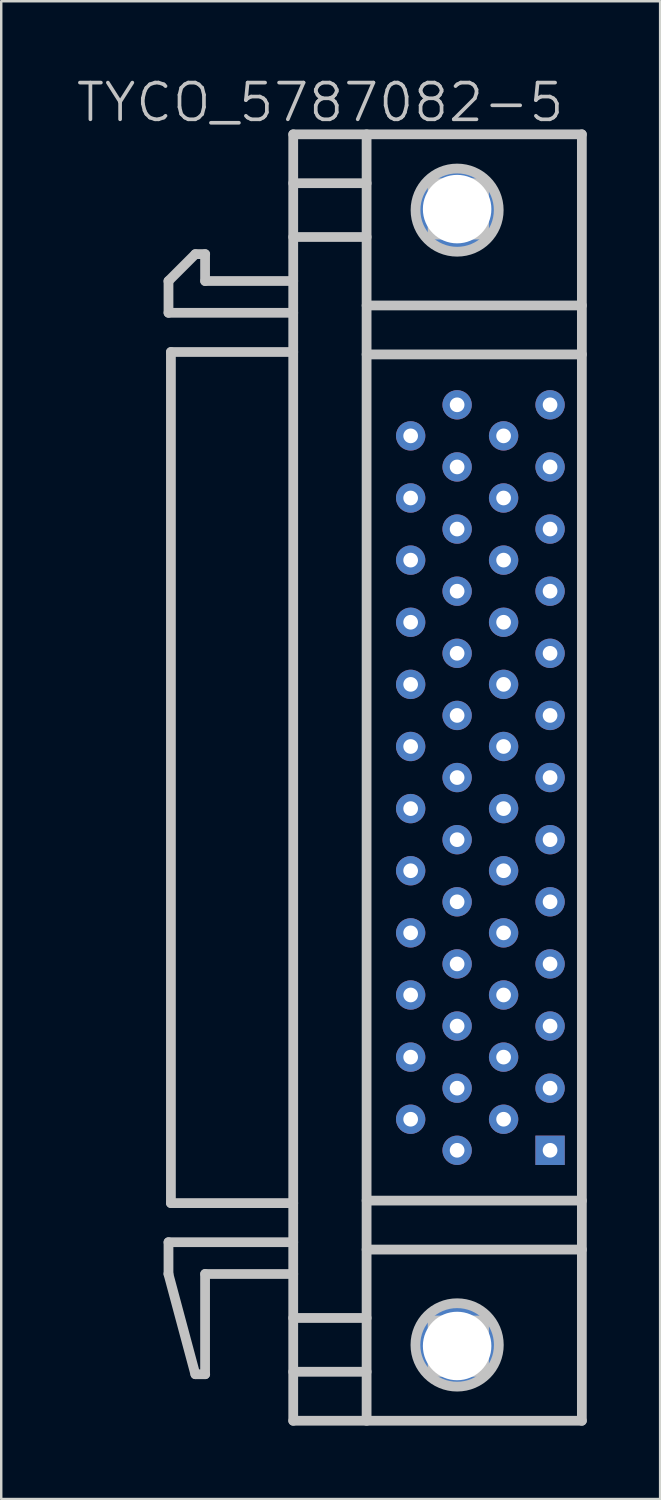
<source format=kicad_pcb>
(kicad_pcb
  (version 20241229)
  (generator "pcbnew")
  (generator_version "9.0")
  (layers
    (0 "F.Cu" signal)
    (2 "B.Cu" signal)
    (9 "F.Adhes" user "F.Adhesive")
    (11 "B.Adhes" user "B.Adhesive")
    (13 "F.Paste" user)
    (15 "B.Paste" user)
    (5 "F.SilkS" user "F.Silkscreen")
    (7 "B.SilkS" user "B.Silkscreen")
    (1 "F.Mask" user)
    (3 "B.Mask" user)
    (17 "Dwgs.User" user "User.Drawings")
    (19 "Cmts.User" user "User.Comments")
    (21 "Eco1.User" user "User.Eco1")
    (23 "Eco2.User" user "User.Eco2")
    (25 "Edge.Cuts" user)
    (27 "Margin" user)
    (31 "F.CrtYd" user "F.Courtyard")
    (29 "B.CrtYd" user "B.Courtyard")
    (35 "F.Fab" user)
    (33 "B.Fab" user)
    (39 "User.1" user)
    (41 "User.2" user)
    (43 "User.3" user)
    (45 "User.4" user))
  (footprint "TYCO_5787082-5"
    (layer "F.Cu")
    (at 10.039 28.741)
    (property "Reference" "TYCO_5787082-5" (at 0 -27.6 180) (layer "Dwgs.User") (effects (font (size 1.5 1.5) (thickness 0.15))))
    (attr through_hole)
    (fp_line (start -6.203 -20.3) (end -5.103 -21.399) (stroke (width 0.399) (type solid)) (layer "Dwgs.User"))
    (fp_line (start -6.203 20.295) (end -5.103 24.394) (stroke (width 0.399) (type solid)) (layer "Dwgs.User"))
    (fp_line (start -6.2 -20.302) (end -6.2 -19.002) (stroke (width 0.399) (type solid)) (layer "Dwgs.User"))
    (fp_line (start -6.2 -19.002) (end -1.1 -19.002) (stroke (width 0.399) (type solid)) (layer "Dwgs.User"))
    (fp_line (start -6.2 18.997) (end -1.1 18.997) (stroke (width 0.399) (type solid)) (layer "Dwgs.User"))
    (fp_line (start -6.2 20.297) (end -6.2 18.997) (stroke (width 0.399) (type solid)) (layer "Dwgs.User"))
    (fp_line (start -6.101 -17.399) (end -6.101 17.399) (stroke (width 0.399) (type solid)) (layer "Dwgs.User"))
    (fp_line (start -6.101 -17.399) (end -1.1 -17.399) (stroke (width 0.399) (type solid)) (layer "Dwgs.User"))
    (fp_line (start -6.101 17.399) (end -1.1 17.399) (stroke (width 0.399) (type solid)) (layer "Dwgs.User"))
    (fp_line (start -4.704 -21.399) (end -4.704 -20.3) (stroke (width 0.399) (type solid)) (layer "Dwgs.User"))
    (fp_line (start -4.704 24.394) (end -4.704 20.295) (stroke (width 0.399) (type solid)) (layer "Dwgs.User"))
    (fp_line (start -4.699 -21.402) (end -5.1 -21.402) (stroke (width 0.399) (type solid)) (layer "Dwgs.User"))
    (fp_line (start -4.699 -20.302) (end -1.1 -20.302) (stroke (width 0.399) (type solid)) (layer "Dwgs.User"))
    (fp_line (start -4.699 20.297) (end -1.1 20.297) (stroke (width 0.399) (type solid)) (layer "Dwgs.User"))
    (fp_line (start -4.699 24.397) (end -5.1 24.397) (stroke (width 0.399) (type solid)) (layer "Dwgs.User"))
    (fp_line (start -1.1 -22.101) (end 1.9 -22.101) (stroke (width 0.399) (type solid)) (layer "Dwgs.User"))
    (fp_line (start -1.1 26.297) (end 10.701 26.297) (stroke (width 0.399) (type solid)) (layer "Dwgs.User"))
    (fp_line (start -1.1 26.299) (end -1.1 -26.299) (stroke (width 0.399) (type solid)) (layer "Dwgs.User"))
    (fp_line (start 1.9 -26.299) (end 1.9 26.299) (stroke (width 0.399) (type solid)) (layer "Dwgs.User"))
    (fp_line (start 1.9 -24.3) (end -1.1 -24.3) (stroke (width 0.399) (type solid)) (layer "Dwgs.User"))
    (fp_line (start 1.9 -19.301) (end 10.701 -19.301) (stroke (width 0.399) (type solid)) (layer "Dwgs.User"))
    (fp_line (start 1.9 19.299) (end 10.701 19.299) (stroke (width 0.399) (type solid)) (layer "Dwgs.User"))
    (fp_line (start 1.9 22.095) (end -1.1 22.095) (stroke (width 0.399) (type solid)) (layer "Dwgs.User"))
    (fp_line (start 1.9 24.295) (end -1.1 24.295) (stroke (width 0.399) (type solid)) (layer "Dwgs.User"))
    (fp_line (start 4.6 -24.3) (end 6.701 -24.3) (stroke (width 0.399) (type solid)) (layer "Dwgs.User"))
    (fp_line (start 4.6 -22.2) (end 4.6 -24.3) (stroke (width 0.399) (type solid)) (layer "Dwgs.User"))
    (fp_line (start 4.6 22.197) (end 4.6 24.298) (stroke (width 0.399) (type solid)) (layer "Dwgs.User"))
    (fp_line (start 4.6 24.298) (end 6.701 24.298) (stroke (width 0.399) (type solid)) (layer "Dwgs.User"))
    (fp_line (start 6.701 -24.3) (end 6.701 -22.2) (stroke (width 0.399) (type solid)) (layer "Dwgs.User"))
    (fp_line (start 6.701 -22.2) (end 4.6 -22.2) (stroke (width 0.399) (type solid)) (layer "Dwgs.User"))
    (fp_line (start 6.701 22.197) (end 4.6 22.197) (stroke (width 0.399) (type solid)) (layer "Dwgs.User"))
    (fp_line (start 6.701 24.298) (end 6.701 22.197) (stroke (width 0.399) (type solid)) (layer "Dwgs.User"))
    (fp_line (start 10.701 -26.299) (end -1.1 -26.299) (stroke (width 0.399) (type solid)) (layer "Dwgs.User"))
    (fp_line (start 10.701 -17.3) (end 1.9 -17.3) (stroke (width 0.399) (type solid)) (layer "Dwgs.User"))
    (fp_line (start 10.701 17.297) (end 1.9 17.297) (stroke (width 0.399) (type solid)) (layer "Dwgs.User"))
    (fp_line (start 10.701 26.299) (end 10.701 -26.299) (stroke (width 0.399) (type solid)) (layer "Dwgs.User"))
    (fp_circle (center 5.601 -23.2) (end 6.401 -24.701) (stroke (width 0.399) (type solid)) (fill no) (layer "Dwgs.User"))
    (fp_circle (center 5.601 23.198) (end 5.499 24.9) (stroke (width 0.399) (type solid)) (fill no) (layer "Dwgs.User"))
    (pad "" thru_hole circle (at 5.601 -23.241 270) (size 3.4 3.4) (drill 2.8) (layers "*.Cu" "*.Mask"))
    (pad "" thru_hole circle (at 5.601 23.241 270) (size 3.4 3.4) (drill 2.8) (layers "*.Cu" "*.Mask"))
    (pad "1" thru_hole rect (at 9.401 15.24) (size 1.2 1.2) (drill 0.6) (layers "*.Cu" "*.Mask"))
    (pad "2" thru_hole circle (at 7.501 13.97 270) (size 1.2 1.2) (drill 0.6) (layers "*.Cu" "*.Mask"))
    (pad "3" thru_hole circle (at 9.401 12.7 270) (size 1.2 1.2) (drill 0.6) (layers "*.Cu" "*.Mask"))
    (pad "4" thru_hole circle (at 7.501 11.43 270) (size 1.2 1.2) (drill 0.6) (layers "*.Cu" "*.Mask"))
    (pad "5" thru_hole circle (at 9.401 10.16 270) (size 1.2 1.2) (drill 0.6) (layers "*.Cu" "*.Mask"))
    (pad "6" thru_hole circle (at 7.501 8.89 270) (size 1.2 1.2) (drill 0.6) (layers "*.Cu" "*.Mask"))
    (pad "7" thru_hole circle (at 9.401 7.62 270) (size 1.2 1.2) (drill 0.6) (layers "*.Cu" "*.Mask"))
    (pad "8" thru_hole circle (at 7.501 6.35 270) (size 1.2 1.2) (drill 0.6) (layers "*.Cu" "*.Mask"))
    (pad "9" thru_hole circle (at 9.401 5.08 270) (size 1.2 1.2) (drill 0.6) (layers "*.Cu" "*.Mask"))
    (pad "10" thru_hole circle (at 7.501 3.81 270) (size 1.2 1.2) (drill 0.6) (layers "*.Cu" "*.Mask"))
    (pad "11" thru_hole circle (at 9.401 2.54 270) (size 1.2 1.2) (drill 0.6) (layers "*.Cu" "*.Mask"))
    (pad "12" thru_hole circle (at 7.501 1.27 270) (size 1.2 1.2) (drill 0.6) (layers "*.Cu" "*.Mask"))
    (pad "13" thru_hole circle (at 9.401 0 270) (size 1.2 1.2) (drill 0.6) (layers "*.Cu" "*.Mask"))
    (pad "14" thru_hole circle (at 7.501 -1.27 270) (size 1.2 1.2) (drill 0.6) (layers "*.Cu" "*.Mask"))
    (pad "15" thru_hole circle (at 9.401 -2.54 270) (size 1.2 1.2) (drill 0.6) (layers "*.Cu" "*.Mask"))
    (pad "16" thru_hole circle (at 7.501 -3.81 270) (size 1.2 1.2) (drill 0.6) (layers "*.Cu" "*.Mask"))
    (pad "17" thru_hole circle (at 9.401 -5.08 270) (size 1.2 1.2) (drill 0.6) (layers "*.Cu" "*.Mask"))
    (pad "18" thru_hole circle (at 7.501 -6.35 270) (size 1.2 1.2) (drill 0.6) (layers "*.Cu" "*.Mask"))
    (pad "19" thru_hole circle (at 9.401 -7.62 270) (size 1.2 1.2) (drill 0.6) (layers "*.Cu" "*.Mask"))
    (pad "20" thru_hole circle (at 7.501 -8.89 270) (size 1.2 1.2) (drill 0.6) (layers "*.Cu" "*.Mask"))
    (pad "21" thru_hole circle (at 9.401 -10.16 270) (size 1.2 1.2) (drill 0.6) (layers "*.Cu" "*.Mask"))
    (pad "22" thru_hole circle (at 7.501 -11.43 270) (size 1.2 1.2) (drill 0.6) (layers "*.Cu" "*.Mask"))
    (pad "23" thru_hole circle (at 9.401 -12.7 270) (size 1.2 1.2) (drill 0.6) (layers "*.Cu" "*.Mask"))
    (pad "24" thru_hole circle (at 7.501 -13.97 270) (size 1.2 1.2) (drill 0.6) (layers "*.Cu" "*.Mask"))
    (pad "25" thru_hole circle (at 9.401 -15.24 270) (size 1.2 1.2) (drill 0.6) (layers "*.Cu" "*.Mask"))
    (pad "26" thru_hole circle (at 5.601 15.24 270) (size 1.2 1.2) (drill 0.6) (layers "*.Cu" "*.Mask"))
    (pad "27" thru_hole circle (at 3.701 13.97 270) (size 1.2 1.2) (drill 0.6) (layers "*.Cu" "*.Mask"))
    (pad "28" thru_hole circle (at 5.601 12.7 270) (size 1.2 1.2) (drill 0.6) (layers "*.Cu" "*.Mask"))
    (pad "29" thru_hole circle (at 3.701 11.43 270) (size 1.2 1.2) (drill 0.6) (layers "*.Cu" "*.Mask"))
    (pad "30" thru_hole circle (at 5.601 10.16 270) (size 1.2 1.2) (drill 0.6) (layers "*.Cu" "*.Mask"))
    (pad "31" thru_hole circle (at 3.701 8.89 270) (size 1.2 1.2) (drill 0.6) (layers "*.Cu" "*.Mask"))
    (pad "32" thru_hole circle (at 5.601 7.62 270) (size 1.2 1.2) (drill 0.6) (layers "*.Cu" "*.Mask"))
    (pad "33" thru_hole circle (at 3.701 6.35 270) (size 1.2 1.2) (drill 0.6) (layers "*.Cu" "*.Mask"))
    (pad "34" thru_hole circle (at 5.601 5.08 270) (size 1.2 1.2) (drill 0.6) (layers "*.Cu" "*.Mask"))
    (pad "35" thru_hole circle (at 3.701 3.81 270) (size 1.2 1.2) (drill 0.6) (layers "*.Cu" "*.Mask"))
    (pad "36" thru_hole circle (at 5.601 2.54 270) (size 1.2 1.2) (drill 0.6) (layers "*.Cu" "*.Mask"))
    (pad "37" thru_hole circle (at 3.701 1.27 270) (size 1.2 1.2) (drill 0.6) (layers "*.Cu" "*.Mask"))
    (pad "38" thru_hole circle (at 5.601 0 270) (size 1.2 1.2) (drill 0.6) (layers "*.Cu" "*.Mask"))
    (pad "39" thru_hole circle (at 3.701 -1.27 270) (size 1.2 1.2) (drill 0.6) (layers "*.Cu" "*.Mask"))
    (pad "40" thru_hole circle (at 5.601 -2.54 270) (size 1.2 1.2) (drill 0.6) (layers "*.Cu" "*.Mask"))
    (pad "41" thru_hole circle (at 3.701 -3.81 270) (size 1.2 1.2) (drill 0.6) (layers "*.Cu" "*.Mask"))
    (pad "42" thru_hole circle (at 5.601 -5.08 270) (size 1.2 1.2) (drill 0.6) (layers "*.Cu" "*.Mask"))
    (pad "43" thru_hole circle (at 3.701 -6.35 270) (size 1.2 1.2) (drill 0.6) (layers "*.Cu" "*.Mask"))
    (pad "44" thru_hole circle (at 5.601 -7.62 270) (size 1.2 1.2) (drill 0.6) (layers "*.Cu" "*.Mask"))
    (pad "45" thru_hole circle (at 3.701 -8.89 270) (size 1.2 1.2) (drill 0.6) (layers "*.Cu" "*.Mask"))
    (pad "46" thru_hole circle (at 5.601 -10.16 270) (size 1.2 1.2) (drill 0.6) (layers "*.Cu" "*.Mask"))
    (pad "47" thru_hole circle (at 3.701 -11.43 270) (size 1.2 1.2) (drill 0.6) (layers "*.Cu" "*.Mask"))
    (pad "48" thru_hole circle (at 5.601 -12.7 270) (size 1.2 1.2) (drill 0.6) (layers "*.Cu" "*.Mask"))
    (pad "49" thru_hole circle (at 3.701 -13.97 270) (size 1.2 1.2) (drill 0.6) (layers "*.Cu" "*.Mask"))
    (pad "50" thru_hole circle (at 5.601 -15.24 270) (size 1.2 1.2) (drill 0.6) (layers "*.Cu" "*.Mask")))
  (gr_rect
    (start -3 -3)
    (end 23.94 58.239)
    (stroke (width 0.1) (type default))
    (fill no)
    (layer "Edge.Cuts")))
</source>
